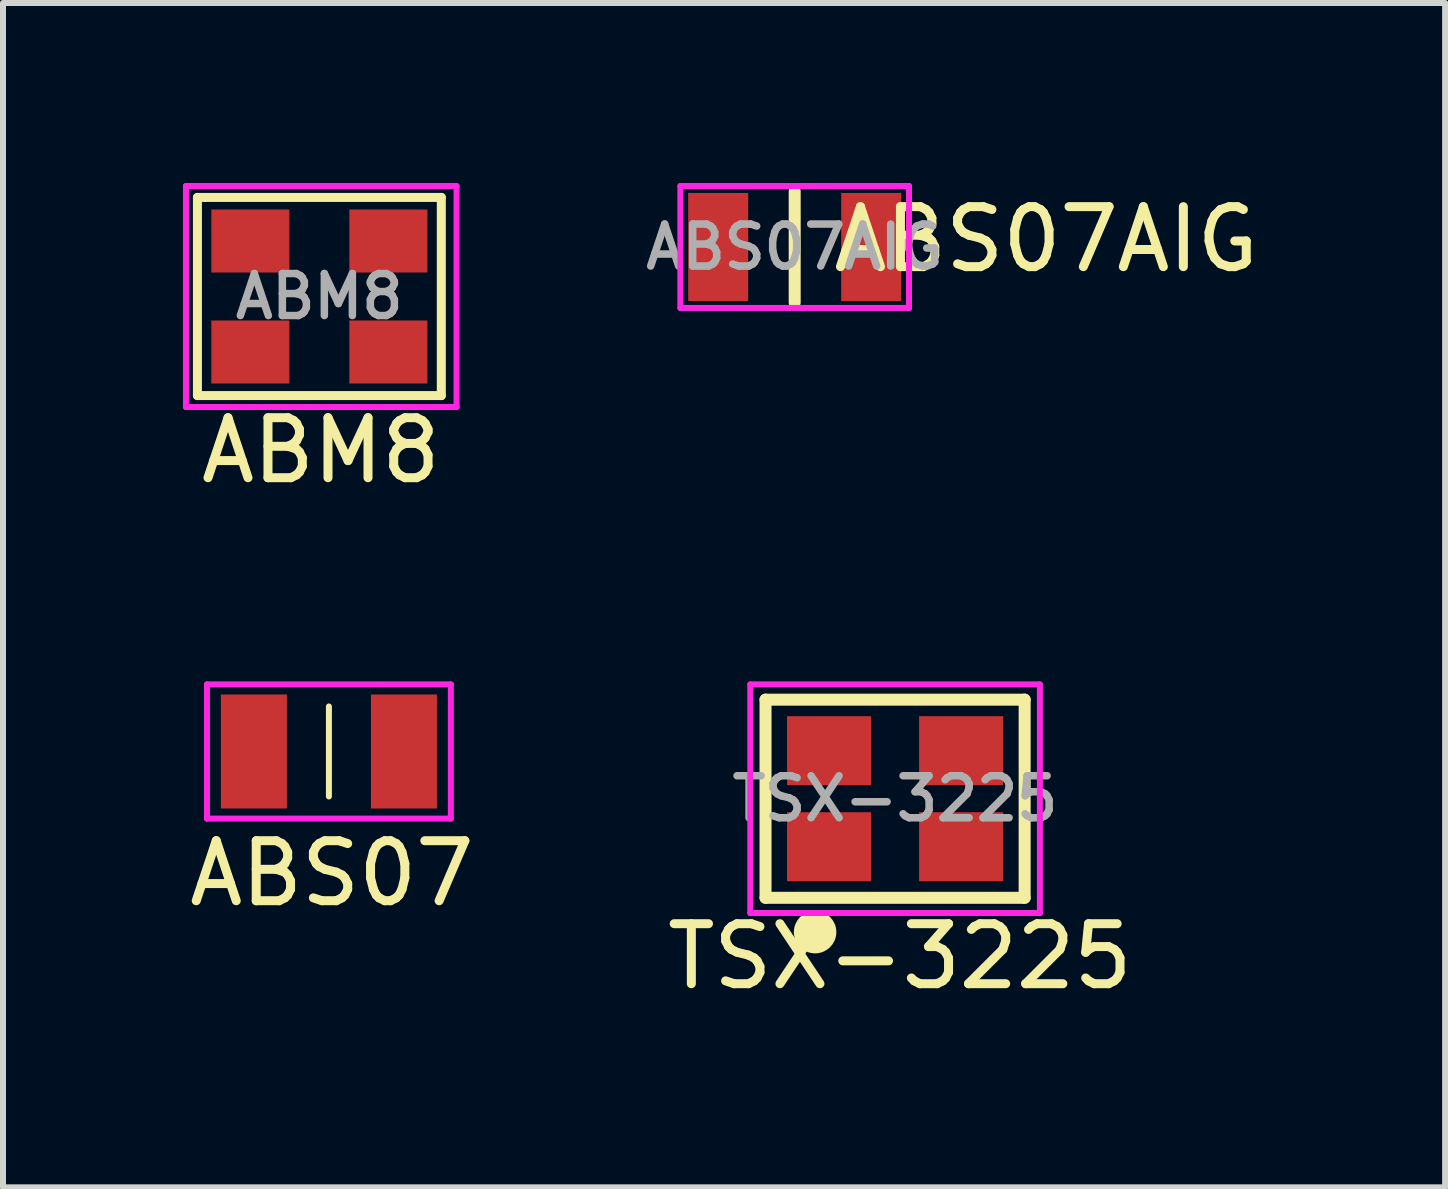
<source format=kicad_pcb>
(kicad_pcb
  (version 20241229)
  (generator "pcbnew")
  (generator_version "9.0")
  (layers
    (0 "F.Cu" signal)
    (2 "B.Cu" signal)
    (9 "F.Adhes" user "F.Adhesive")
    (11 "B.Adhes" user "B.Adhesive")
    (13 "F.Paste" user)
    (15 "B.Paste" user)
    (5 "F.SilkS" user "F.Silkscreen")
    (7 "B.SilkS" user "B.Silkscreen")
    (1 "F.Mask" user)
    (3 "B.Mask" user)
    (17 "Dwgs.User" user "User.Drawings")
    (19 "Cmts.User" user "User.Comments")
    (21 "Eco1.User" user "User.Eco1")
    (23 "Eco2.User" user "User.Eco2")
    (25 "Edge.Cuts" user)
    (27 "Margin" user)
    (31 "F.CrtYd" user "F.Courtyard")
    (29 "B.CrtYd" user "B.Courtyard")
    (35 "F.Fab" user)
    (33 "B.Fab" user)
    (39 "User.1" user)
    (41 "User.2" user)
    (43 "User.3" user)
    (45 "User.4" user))
  (footprint "TSX-3225"
    (placed yes)
    (layer "F.Cu")
    (at 11.866 10.26)
    (property "Reference" "TSX-3225" (at 0.081 2.628 0) (layer "F.SilkS") (effects (font (size 1 1) (thickness 0.15))))
    (attr through_hole)
    (fp_line (start -2.159 -1.651) (end 2.159 -1.651) (stroke (width 0.2) (type solid)) (layer "F.SilkS"))
    (fp_line (start -2.159 1.651) (end -2.159 -1.651) (stroke (width 0.2) (type solid)) (layer "F.SilkS"))
    (fp_line (start -1.46 2.159) (end -1.333 2.286) (stroke (width 0.2) (type solid)) (layer "F.SilkS"))
    (fp_line (start 2.159 -1.651) (end 2.159 1.651) (stroke (width 0.2) (type solid)) (layer "F.SilkS"))
    (fp_line (start 2.159 1.651) (end -2.159 1.651) (stroke (width 0.2) (type solid)) (layer "F.SilkS"))
    (fp_circle (center -1.333 2.223) (end -1.206 2.223) (stroke (width 0.2) (type solid)) (fill no) (layer "F.SilkS"))
    (fp_circle (center -1.333 2.223) (end -1.079 2.223) (stroke (width 0.2) (type solid)) (fill no) (layer "F.SilkS"))
    (fp_line (start -2.413 -1.905) (end 2.413 -1.905) (stroke (width 0.1) (type solid)) (layer "F.CrtYd"))
    (fp_line (start -2.413 1.905) (end -2.413 -1.905) (stroke (width 0.1) (type solid)) (layer "F.CrtYd"))
    (fp_line (start 2.413 -1.905) (end 2.413 1.905) (stroke (width 0.1) (type solid)) (layer "F.CrtYd"))
    (fp_line (start 2.413 1.905) (end -2.413 1.905) (stroke (width 0.1) (type solid)) (layer "F.CrtYd"))
    (fp_text user "${REFERENCE}" (at 0 0 0) (layer "F.Fab") (effects (font (size 0.7 0.7) (thickness 0.125))))
    (pad "1" smd rect (at -1.1 0.8) (size 1.4 1.15) (layers "F.Cu" "F.Mask" "F.Paste"))
    (pad "2" smd rect (at 1.1 0.8) (size 1.4 1.15) (layers "F.Cu" "F.Mask" "F.Paste"))
    (pad "3" smd rect (at 1.1 -0.8) (size 1.4 1.15) (layers "F.Cu" "F.Mask" "F.Paste"))
    (pad "4" smd rect (at -1.1 -0.8) (size 1.4 1.15) (layers "F.Cu" "F.Mask" "F.Paste")))
  (footprint "ABS07AIG"
    (layer "F.Cu")
    (at 10.193 1.066)
    (property "Reference" "ABS07AIG" (at 4.191 -0.127 0) (layer "F.SilkS") (effects (font (size 1 1) (thickness 0.15))))
    (attr through_hole)
    (fp_line (start 0 -0.925) (end 0 0.925) (stroke (width 0.2) (type solid)) (layer "F.SilkS"))
    (fp_line (start -1.905 -1.016) (end -1.905 1.016) (stroke (width 0.1) (type solid)) (layer "F.CrtYd"))
    (fp_line (start -1.905 1.016) (end 1.905 1.016) (stroke (width 0.1) (type solid)) (layer "F.CrtYd"))
    (fp_line (start 1.905 -1.016) (end -1.905 -1.016) (stroke (width 0.1) (type solid)) (layer "F.CrtYd"))
    (fp_line (start 1.905 1.016) (end 1.905 -1.016) (stroke (width 0.1) (type solid)) (layer "F.CrtYd"))
    (fp_text user "${REFERENCE}" (at 0 0 0) (layer "F.Fab") (effects (font (size 0.7 0.7) (thickness 0.125))))
    (pad "1" smd rect (at -1.275 0) (size 1 1.8) (layers "F.Cu" "F.Mask" "F.Paste"))
    (pad "2" smd rect (at 1.275 0) (size 1 1.8) (layers "F.Cu" "F.Mask" "F.Paste")))
  (footprint "ABM8"
    (placed yes)
    (layer "F.Cu")
    (at 2.272 1.891)
    (property "Reference" "ABM8" (at 0.025 2.565 0) (layer "F.SilkS") (effects (font (size 1 1) (thickness 0.15))))
    (attr through_hole)
    (fp_line (start -2.032 -1.651) (end -1.905 -1.651) (stroke (width 0.15) (type solid)) (layer "F.SilkS"))
    (fp_line (start -2.032 1.651) (end -2.032 -1.651) (stroke (width 0.15) (type solid)) (layer "F.SilkS"))
    (fp_line (start -1.905 -1.651) (end 2.032 -1.651) (stroke (width 0.15) (type solid)) (layer "F.SilkS"))
    (fp_line (start 2.032 -1.651) (end 2.032 1.651) (stroke (width 0.15) (type solid)) (layer "F.SilkS"))
    (fp_line (start 2.032 1.651) (end -2.032 1.651) (stroke (width 0.15) (type solid)) (layer "F.SilkS"))
    (fp_line (start -2.223 -1.841) (end 2.286 -1.841) (stroke (width 0.1) (type solid)) (layer "F.CrtYd"))
    (fp_line (start -2.223 1.841) (end -2.223 -1.841) (stroke (width 0.1) (type solid)) (layer "F.CrtYd"))
    (fp_line (start 2.286 -1.841) (end 2.286 1.841) (stroke (width 0.1) (type solid)) (layer "F.CrtYd"))
    (fp_line (start 2.286 1.841) (end -2.223 1.841) (stroke (width 0.1) (type solid)) (layer "F.CrtYd"))
    (fp_text user "${REFERENCE}" (at 0 0 0) (layer "F.Fab") (effects (font (size 0.7 0.7) (thickness 0.125))))
    (pad "1" smd rect (at -1.15 -0.925) (size 1.3 1.05) (layers "F.Cu" "F.Mask" "F.Paste"))
    (pad "2" smd rect (at 1.15 -0.925) (size 1.3 1.05) (layers "F.Cu" "F.Mask" "F.Paste"))
    (pad "3" smd rect (at 1.15 0.925) (size 1.3 1.05) (layers "F.Cu" "F.Mask" "F.Paste"))
    (pad "4" smd rect (at -1.15 0.925) (size 1.3 1.05) (layers "F.Cu" "F.Mask" "F.Paste")))
  (footprint "ABS07"
    (layer "F.Cu")
    (at 2.431 9.473)
    (property "Reference" "ABS07" (at 0.051 2.032 0) (layer "F.SilkS") (effects (font (size 1 1) (thickness 0.15))))
    (attr through_hole)
    (fp_line (start 0 -0.75) (end 0 0.75) (stroke (width 0.1) (type solid)) (layer "F.SilkS"))
    (fp_line (start -2.032 -1.118) (end 2.032 -1.118) (stroke (width 0.1) (type solid)) (layer "F.CrtYd"))
    (fp_line (start -2.032 1.118) (end -2.032 -1.118) (stroke (width 0.1) (type solid)) (layer "F.CrtYd"))
    (fp_line (start 2.032 -1.118) (end 2.032 1.118) (stroke (width 0.1) (type solid)) (layer "F.CrtYd"))
    (fp_line (start 2.032 1.118) (end -2.032 1.118) (stroke (width 0.1) (type solid)) (layer "F.CrtYd"))
    (pad "1" smd rect (at -1.25 0) (size 1.1 1.9) (layers "F.Cu" "F.Mask" "F.Paste"))
    (pad "2" smd rect (at 1.25 0) (size 1.1 1.9) (layers "F.Cu" "F.Mask" "F.Paste")))
  (gr_rect
    (start -3 -3)
    (end 21.032 16.736)
    (stroke (width 0.1) (type default))
    (fill no)
    (layer "Edge.Cuts")))
</source>
